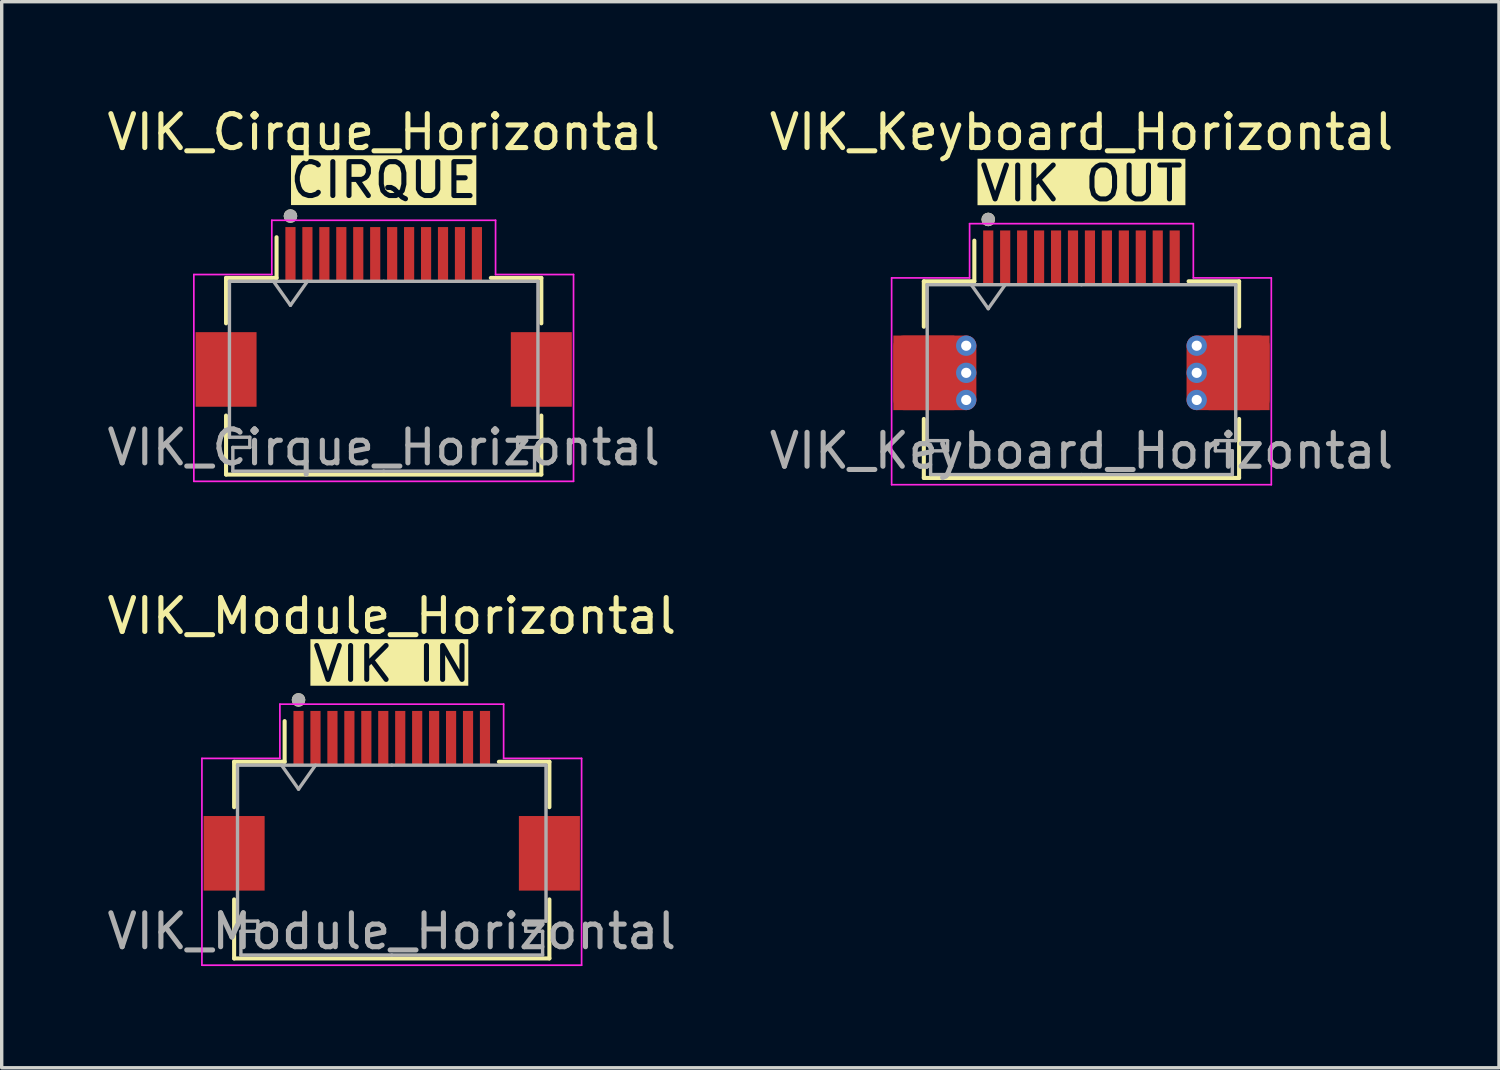
<source format=kicad_pcb>
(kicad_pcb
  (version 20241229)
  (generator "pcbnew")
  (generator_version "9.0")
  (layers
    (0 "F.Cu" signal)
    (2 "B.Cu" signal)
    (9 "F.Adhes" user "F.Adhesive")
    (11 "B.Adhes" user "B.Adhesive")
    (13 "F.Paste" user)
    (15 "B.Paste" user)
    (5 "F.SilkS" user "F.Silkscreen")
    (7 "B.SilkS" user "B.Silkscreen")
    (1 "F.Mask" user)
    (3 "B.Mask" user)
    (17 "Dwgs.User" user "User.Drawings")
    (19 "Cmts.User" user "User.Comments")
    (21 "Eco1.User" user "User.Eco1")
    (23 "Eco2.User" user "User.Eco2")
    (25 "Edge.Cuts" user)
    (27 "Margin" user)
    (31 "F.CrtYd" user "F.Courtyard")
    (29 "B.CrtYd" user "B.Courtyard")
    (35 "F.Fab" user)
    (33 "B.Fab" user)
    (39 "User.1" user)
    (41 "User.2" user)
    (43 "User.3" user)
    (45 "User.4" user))
  (footprint "VIK_Module_Horizontal"
    (layer "F.Cu")
    (at 8.506 20.721)
    (property "Reference" "VIK_Module_Horizontal" (at 0 -5.6 0) (layer "F.SilkS") (effects (font (size 1 1) (thickness 0.15))))
    (attr smd)
    (fp_line (start -4.65 -1.3) (end -4.65 0.04) (stroke (width 0.12) (type solid)) (layer "F.SilkS"))
    (fp_line (start -4.65 2.76) (end -4.65 4.5) (stroke (width 0.12) (type solid)) (layer "F.SilkS"))
    (fp_line (start -4.65 4.5) (end 4.65 4.5) (stroke (width 0.12) (type solid)) (layer "F.SilkS"))
    (fp_line (start -3.16 -1.3) (end -4.65 -1.3) (stroke (width 0.12) (type solid)) (layer "F.SilkS"))
    (fp_line (start -3.16 -1.3) (end -3.16 -2.5) (stroke (width 0.12) (type solid)) (layer "F.SilkS"))
    (fp_line (start 3.16 -1.3) (end 4.65 -1.3) (stroke (width 0.12) (type solid)) (layer "F.SilkS"))
    (fp_line (start 4.65 -1.3) (end 4.65 0.04) (stroke (width 0.12) (type solid)) (layer "F.SilkS"))
    (fp_line (start 4.65 4.5) (end 4.65 2.76) (stroke (width 0.12) (type solid)) (layer "F.SilkS"))
    (fp_circle (center -2.75 -3.125) (end -2.65 -3.125) (stroke (width 0.2) (type solid)) (fill no) (layer "F.SilkS"))
    (fp_line (start -5.6 -1.4) (end -5.6 4.7) (stroke (width 0.05) (type solid)) (layer "F.CrtYd"))
    (fp_line (start -3.3 -1.4) (end -5.6 -1.4) (stroke (width 0.05) (type default)) (layer "F.CrtYd"))
    (fp_line (start -3.3 -1.4) (end -3.3 -3) (stroke (width 0.05) (type default)) (layer "F.CrtYd"))
    (fp_line (start 3.3 -3) (end -3.3 -3) (stroke (width 0.05) (type solid)) (layer "F.CrtYd"))
    (fp_line (start 3.3 -1.4) (end 3.3 -3) (stroke (width 0.05) (type default)) (layer "F.CrtYd"))
    (fp_line (start 5.6 -1.4) (end 3.3 -1.4) (stroke (width 0.05) (type default)) (layer "F.CrtYd"))
    (fp_line (start 5.6 4.7) (end -5.6 4.7) (stroke (width 0.05) (type default)) (layer "F.CrtYd"))
    (fp_line (start 5.6 4.7) (end 5.6 -1.4) (stroke (width 0.05) (type solid)) (layer "F.CrtYd"))
    (fp_line (start -4.55 -1.2) (end -4.55 3.4) (stroke (width 0.1) (type solid)) (layer "F.Fab"))
    (fp_line (start -4.55 3.4) (end -3.95 3.4) (stroke (width 0.1) (type solid)) (layer "F.Fab"))
    (fp_line (start -4.45 3.7) (end -4.45 4.4) (stroke (width 0.1) (type solid)) (layer "F.Fab"))
    (fp_line (start -4.45 4.4) (end 0 4.4) (stroke (width 0.1) (type solid)) (layer "F.Fab"))
    (fp_line (start -3.95 3.4) (end -3.95 3.7) (stroke (width 0.1) (type solid)) (layer "F.Fab"))
    (fp_line (start -3.95 3.7) (end -4.45 3.7) (stroke (width 0.1) (type solid)) (layer "F.Fab"))
    (fp_line (start -3.25 -1.2) (end -2.75 -0.493) (stroke (width 0.1) (type solid)) (layer "F.Fab"))
    (fp_line (start -2.75 -0.493) (end -2.25 -1.2) (stroke (width 0.1) (type solid)) (layer "F.Fab"))
    (fp_line (start 0 -1.2) (end -4.55 -1.2) (stroke (width 0.1) (type solid)) (layer "F.Fab"))
    (fp_line (start 0 -1.2) (end 4.55 -1.2) (stroke (width 0.1) (type solid)) (layer "F.Fab"))
    (fp_line (start 3.95 3.4) (end 3.95 3.7) (stroke (width 0.1) (type solid)) (layer "F.Fab"))
    (fp_line (start 3.95 3.7) (end 4.45 3.7) (stroke (width 0.1) (type solid)) (layer "F.Fab"))
    (fp_line (start 4.45 3.7) (end 4.45 4.4) (stroke (width 0.1) (type solid)) (layer "F.Fab"))
    (fp_line (start 4.45 4.4) (end 0 4.4) (stroke (width 0.1) (type solid)) (layer "F.Fab"))
    (fp_line (start 4.55 -1.2) (end 4.55 3.4) (stroke (width 0.1) (type solid)) (layer "F.Fab"))
    (fp_line (start 4.55 3.4) (end 3.95 3.4) (stroke (width 0.1) (type solid)) (layer "F.Fab"))
    (fp_circle (center -2.75 -3.125) (end -2.65 -3.125) (stroke (width 0.2) (type solid)) (fill no) (layer "F.Fab"))
    (fp_text user "VIK IN" (at 0 -3.6 0) (unlocked yes) (layer "F.SilkS" knockout) (effects (font (size 1 1) (thickness 0.15)) (justify bottom)))
    (fp_text user "${REFERENCE}" (at 0 3.7 0) (layer "F.Fab") (effects (font (size 1 1) (thickness 0.15))))
    (pad "1" smd rect (at -2.75 -2) (size 0.3 1.6) (layers "F.Cu" "F.Mask" "F.Paste"))
    (pad "2" smd rect (at -2.25 -2) (size 0.3 1.6) (layers "F.Cu" "F.Mask" "F.Paste"))
    (pad "3" smd rect (at -1.75 -2) (size 0.3 1.6) (layers "F.Cu" "F.Mask" "F.Paste"))
    (pad "4" smd rect (at -1.25 -2) (size 0.3 1.6) (layers "F.Cu" "F.Mask" "F.Paste"))
    (pad "5" smd rect (at -0.75 -2) (size 0.3 1.6) (layers "F.Cu" "F.Mask" "F.Paste"))
    (pad "6" smd rect (at -0.25 -2) (size 0.3 1.6) (layers "F.Cu" "F.Mask" "F.Paste"))
    (pad "7" smd rect (at 0.25 -2) (size 0.3 1.6) (layers "F.Cu" "F.Mask" "F.Paste"))
    (pad "8" smd rect (at 0.75 -2) (size 0.3 1.6) (layers "F.Cu" "F.Mask" "F.Paste"))
    (pad "9" smd rect (at 1.25 -2) (size 0.3 1.6) (layers "F.Cu" "F.Mask" "F.Paste"))
    (pad "10" smd rect (at 1.75 -2) (size 0.3 1.6) (layers "F.Cu" "F.Mask" "F.Paste"))
    (pad "11" smd rect (at 2.25 -2) (size 0.3 1.6) (layers "F.Cu" "F.Mask" "F.Paste"))
    (pad "12" smd rect (at 2.75 -2) (size 0.3 1.6) (layers "F.Cu" "F.Mask" "F.Paste"))
    (pad "MP" smd rect (at -4.65 1.4) (size 1.8 2.2) (layers "F.Cu" "F.Mask" "F.Paste"))
    (pad "MP" smd rect (at 4.65 1.4) (size 1.8 2.2) (layers "F.Cu" "F.Mask" "F.Paste")))
  (footprint "VIK_Keyboard_Horizontal"
    (layer "F.Cu")
    (at 28.851 6.548)
    (property "Reference" "VIK_Keyboard_Horizontal" (at 0 -5.7 0) (layer "F.SilkS") (effects (font (size 1 1) (thickness 0.15))))
    (attr smd)
    (fp_line (start -4.65 -1.3) (end -4.65 0.04) (stroke (width 0.12) (type solid)) (layer "F.SilkS"))
    (fp_line (start -4.65 2.76) (end -4.65 4.5) (stroke (width 0.12) (type solid)) (layer "F.SilkS"))
    (fp_line (start -4.65 4.5) (end 4.65 4.5) (stroke (width 0.12) (type solid)) (layer "F.SilkS"))
    (fp_line (start -3.16 -1.3) (end -4.65 -1.3) (stroke (width 0.12) (type solid)) (layer "F.SilkS"))
    (fp_line (start -3.16 -1.3) (end -3.16 -2.5) (stroke (width 0.12) (type solid)) (layer "F.SilkS"))
    (fp_line (start 3.16 -1.3) (end 4.65 -1.3) (stroke (width 0.12) (type solid)) (layer "F.SilkS"))
    (fp_line (start 4.65 -1.3) (end 4.65 0.04) (stroke (width 0.12) (type solid)) (layer "F.SilkS"))
    (fp_line (start 4.65 4.5) (end 4.65 2.76) (stroke (width 0.12) (type solid)) (layer "F.SilkS"))
    (fp_circle (center -2.75 -3.125) (end -2.65 -3.125) (stroke (width 0.2) (type solid)) (fill no) (layer "F.SilkS"))
    (fp_line (start -5.6 -1.4) (end -5.6 4.7) (stroke (width 0.05) (type solid)) (layer "F.CrtYd"))
    (fp_line (start -3.3 -1.4) (end -5.6 -1.4) (stroke (width 0.05) (type default)) (layer "F.CrtYd"))
    (fp_line (start -3.3 -1.4) (end -3.3 -3) (stroke (width 0.05) (type default)) (layer "F.CrtYd"))
    (fp_line (start 3.3 -3) (end -3.3 -3) (stroke (width 0.05) (type solid)) (layer "F.CrtYd"))
    (fp_line (start 3.3 -1.4) (end 3.3 -3) (stroke (width 0.05) (type default)) (layer "F.CrtYd"))
    (fp_line (start 5.6 -1.4) (end 3.3 -1.4) (stroke (width 0.05) (type default)) (layer "F.CrtYd"))
    (fp_line (start 5.6 4.7) (end -5.6 4.7) (stroke (width 0.05) (type default)) (layer "F.CrtYd"))
    (fp_line (start 5.6 4.7) (end 5.6 -1.4) (stroke (width 0.05) (type solid)) (layer "F.CrtYd"))
    (fp_line (start -4.55 -1.2) (end -4.55 3.4) (stroke (width 0.1) (type solid)) (layer "F.Fab"))
    (fp_line (start -4.55 3.4) (end -3.95 3.4) (stroke (width 0.1) (type solid)) (layer "F.Fab"))
    (fp_line (start -4.45 3.7) (end -4.45 4.4) (stroke (width 0.1) (type solid)) (layer "F.Fab"))
    (fp_line (start -4.45 4.4) (end 0 4.4) (stroke (width 0.1) (type solid)) (layer "F.Fab"))
    (fp_line (start -3.95 3.4) (end -3.95 3.7) (stroke (width 0.1) (type solid)) (layer "F.Fab"))
    (fp_line (start -3.95 3.7) (end -4.45 3.7) (stroke (width 0.1) (type solid)) (layer "F.Fab"))
    (fp_line (start -3.25 -1.2) (end -2.75 -0.493) (stroke (width 0.1) (type solid)) (layer "F.Fab"))
    (fp_line (start -2.75 -0.493) (end -2.25 -1.2) (stroke (width 0.1) (type solid)) (layer "F.Fab"))
    (fp_line (start 0 -1.2) (end -4.55 -1.2) (stroke (width 0.1) (type solid)) (layer "F.Fab"))
    (fp_line (start 0 -1.2) (end 4.55 -1.2) (stroke (width 0.1) (type solid)) (layer "F.Fab"))
    (fp_line (start 3.95 3.4) (end 3.95 3.7) (stroke (width 0.1) (type solid)) (layer "F.Fab"))
    (fp_line (start 3.95 3.7) (end 4.45 3.7) (stroke (width 0.1) (type solid)) (layer "F.Fab"))
    (fp_line (start 4.45 3.7) (end 4.45 4.4) (stroke (width 0.1) (type solid)) (layer "F.Fab"))
    (fp_line (start 4.45 4.4) (end 0 4.4) (stroke (width 0.1) (type solid)) (layer "F.Fab"))
    (fp_line (start 4.55 -1.2) (end 4.55 3.4) (stroke (width 0.1) (type solid)) (layer "F.Fab"))
    (fp_line (start 4.55 3.4) (end 3.95 3.4) (stroke (width 0.1) (type solid)) (layer "F.Fab"))
    (fp_circle (center -2.75 -3.125) (end -2.65 -3.125) (stroke (width 0.2) (type solid)) (fill no) (layer "F.Fab"))
    (fp_text user "VIK OUT" (at 0 -3.6 0) (unlocked yes) (layer "F.SilkS" knockout) (effects (font (size 1 1) (thickness 0.15)) (justify bottom)))
    (fp_text user "${REFERENCE}" (at 0 3.7 0) (layer "F.Fab") (effects (font (size 1 1) (thickness 0.15))))
    (pad "1" smd rect (at -2.75 -2) (size 0.3 1.6) (layers "F.Cu" "F.Mask" "F.Paste"))
    (pad "2" smd rect (at -2.25 -2) (size 0.3 1.6) (layers "F.Cu" "F.Mask" "F.Paste"))
    (pad "3" smd rect (at -1.75 -2) (size 0.3 1.6) (layers "F.Cu" "F.Mask" "F.Paste"))
    (pad "4" smd rect (at -1.25 -2) (size 0.3 1.6) (layers "F.Cu" "F.Mask" "F.Paste"))
    (pad "5" smd rect (at -0.75 -2) (size 0.3 1.6) (layers "F.Cu" "F.Mask" "F.Paste"))
    (pad "6" smd rect (at -0.25 -2) (size 0.3 1.6) (layers "F.Cu" "F.Mask" "F.Paste"))
    (pad "7" smd rect (at 0.25 -2) (size 0.3 1.6) (layers "F.Cu" "F.Mask" "F.Paste"))
    (pad "8" smd rect (at 0.75 -2) (size 0.3 1.6) (layers "F.Cu" "F.Mask" "F.Paste"))
    (pad "9" smd rect (at 1.25 -2) (size 0.3 1.6) (layers "F.Cu" "F.Mask" "F.Paste"))
    (pad "10" smd rect (at 1.75 -2) (size 0.3 1.6) (layers "F.Cu" "F.Mask" "F.Paste"))
    (pad "11" smd rect (at 2.25 -2) (size 0.3 1.6) (layers "F.Cu" "F.Mask" "F.Paste"))
    (pad "12" smd rect (at 2.75 -2) (size 0.3 1.6) (layers "F.Cu" "F.Mask" "F.Paste"))
    (pad "MP" smd rect (at -4.65 1.4) (size 1.8 2.2) (layers "F.Cu" "F.Mask" "F.Paste"))
    (pad "MP" smd roundrect (at -4.325 1.4) (size 2.45 2.2) (layers "F.Cu") (roundrect_rratio 0.136))
    (pad "MP" thru_hole circle (at -3.4 0.6) (size 0.6 0.6) (drill 0.3) (layers "*.Cu"))
    (pad "MP" thru_hole circle (at -3.4 1.4) (size 0.6 0.6) (drill 0.3) (layers "*.Cu"))
    (pad "MP" thru_hole circle (at -3.4 2.2) (size 0.6 0.6) (drill 0.3) (layers "*.Cu"))
    (pad "MP" thru_hole circle (at 3.4 0.6 180) (size 0.6 0.6) (drill 0.3) (layers "*.Cu"))
    (pad "MP" thru_hole circle (at 3.4 1.4 180) (size 0.6 0.6) (drill 0.3) (layers "*.Cu"))
    (pad "MP" thru_hole circle (at 3.4 2.2 180) (size 0.6 0.6) (drill 0.3) (layers "*.Cu"))
    (pad "MP" smd roundrect (at 4.325 1.4 180) (size 2.45 2.2) (layers "F.Cu") (roundrect_rratio 0.136))
    (pad "MP" smd rect (at 4.65 1.4) (size 1.8 2.2) (layers "F.Cu" "F.Mask" "F.Paste")))
  (footprint "VIK_Cirque_Horizontal"
    (layer "F.Cu")
    (at 8.268 6.448)
    (property "Reference" "VIK_Cirque_Horizontal" (at 0 -5.6 0) (layer "F.SilkS") (effects (font (size 1 1) (thickness 0.15))))
    (attr smd)
    (fp_line (start -4.65 -1.3) (end -4.65 0.04) (stroke (width 0.12) (type solid)) (layer "F.SilkS"))
    (fp_line (start -4.65 2.76) (end -4.65 4.5) (stroke (width 0.12) (type solid)) (layer "F.SilkS"))
    (fp_line (start -4.65 4.5) (end 4.65 4.5) (stroke (width 0.12) (type solid)) (layer "F.SilkS"))
    (fp_line (start -3.16 -1.3) (end -4.65 -1.3) (stroke (width 0.12) (type solid)) (layer "F.SilkS"))
    (fp_line (start -3.16 -1.3) (end -3.16 -2.5) (stroke (width 0.12) (type solid)) (layer "F.SilkS"))
    (fp_line (start 3.16 -1.3) (end 4.65 -1.3) (stroke (width 0.12) (type solid)) (layer "F.SilkS"))
    (fp_line (start 4.65 -1.3) (end 4.65 0.04) (stroke (width 0.12) (type solid)) (layer "F.SilkS"))
    (fp_line (start 4.65 4.5) (end 4.65 2.76) (stroke (width 0.12) (type solid)) (layer "F.SilkS"))
    (fp_circle (center -2.75 -3.125) (end -2.65 -3.125) (stroke (width 0.2) (type solid)) (fill no) (layer "F.SilkS"))
    (fp_line (start -5.6 -1.4) (end -5.6 4.7) (stroke (width 0.05) (type solid)) (layer "F.CrtYd"))
    (fp_line (start -3.3 -1.4) (end -5.6 -1.4) (stroke (width 0.05) (type default)) (layer "F.CrtYd"))
    (fp_line (start -3.3 -1.4) (end -3.3 -3) (stroke (width 0.05) (type default)) (layer "F.CrtYd"))
    (fp_line (start 3.3 -3) (end -3.3 -3) (stroke (width 0.05) (type solid)) (layer "F.CrtYd"))
    (fp_line (start 3.3 -1.4) (end 3.3 -3) (stroke (width 0.05) (type default)) (layer "F.CrtYd"))
    (fp_line (start 5.6 -1.4) (end 3.3 -1.4) (stroke (width 0.05) (type default)) (layer "F.CrtYd"))
    (fp_line (start 5.6 4.7) (end -5.6 4.7) (stroke (width 0.05) (type default)) (layer "F.CrtYd"))
    (fp_line (start 5.6 4.7) (end 5.6 -1.4) (stroke (width 0.05) (type solid)) (layer "F.CrtYd"))
    (fp_line (start -4.55 -1.2) (end -4.55 3.4) (stroke (width 0.1) (type solid)) (layer "F.Fab"))
    (fp_line (start -4.55 3.4) (end -3.95 3.4) (stroke (width 0.1) (type solid)) (layer "F.Fab"))
    (fp_line (start -4.45 3.7) (end -4.45 4.4) (stroke (width 0.1) (type solid)) (layer "F.Fab"))
    (fp_line (start -4.45 4.4) (end 0 4.4) (stroke (width 0.1) (type solid)) (layer "F.Fab"))
    (fp_line (start -3.95 3.4) (end -3.95 3.7) (stroke (width 0.1) (type solid)) (layer "F.Fab"))
    (fp_line (start -3.95 3.7) (end -4.45 3.7) (stroke (width 0.1) (type solid)) (layer "F.Fab"))
    (fp_line (start -3.25 -1.2) (end -2.75 -0.493) (stroke (width 0.1) (type solid)) (layer "F.Fab"))
    (fp_line (start -2.75 -0.493) (end -2.25 -1.2) (stroke (width 0.1) (type solid)) (layer "F.Fab"))
    (fp_line (start 0 -1.2) (end -4.55 -1.2) (stroke (width 0.1) (type solid)) (layer "F.Fab"))
    (fp_line (start 0 -1.2) (end 4.55 -1.2) (stroke (width 0.1) (type solid)) (layer "F.Fab"))
    (fp_line (start 3.95 3.4) (end 3.95 3.7) (stroke (width 0.1) (type solid)) (layer "F.Fab"))
    (fp_line (start 3.95 3.7) (end 4.45 3.7) (stroke (width 0.1) (type solid)) (layer "F.Fab"))
    (fp_line (start 4.45 3.7) (end 4.45 4.4) (stroke (width 0.1) (type solid)) (layer "F.Fab"))
    (fp_line (start 4.45 4.4) (end 0 4.4) (stroke (width 0.1) (type solid)) (layer "F.Fab"))
    (fp_line (start 4.55 -1.2) (end 4.55 3.4) (stroke (width 0.1) (type solid)) (layer "F.Fab"))
    (fp_line (start 4.55 3.4) (end 3.95 3.4) (stroke (width 0.1) (type solid)) (layer "F.Fab"))
    (fp_circle (center -2.75 -3.125) (end -2.65 -3.125) (stroke (width 0.2) (type solid)) (fill no) (layer "F.Fab"))
    (fp_text user "CIRQUE" (at 0 -3.6 0) (unlocked yes) (layer "F.SilkS" knockout) (effects (font (size 1 1) (thickness 0.15)) (justify bottom)))
    (fp_text user "${REFERENCE}" (at 0 3.7 0) (layer "F.Fab") (effects (font (size 1 1) (thickness 0.15))))
    (pad "1" smd rect (at -2.75 -2) (size 0.3 1.6) (layers "F.Cu" "F.Mask" "F.Paste"))
    (pad "2" smd rect (at -2.25 -2) (size 0.3 1.6) (layers "F.Cu" "F.Mask" "F.Paste"))
    (pad "3" smd rect (at -1.75 -2) (size 0.3 1.6) (layers "F.Cu" "F.Mask" "F.Paste"))
    (pad "4" smd rect (at -1.25 -2) (size 0.3 1.6) (layers "F.Cu" "F.Mask" "F.Paste"))
    (pad "5" smd rect (at -0.75 -2) (size 0.3 1.6) (layers "F.Cu" "F.Mask" "F.Paste"))
    (pad "6" smd rect (at -0.25 -2) (size 0.3 1.6) (layers "F.Cu" "F.Mask" "F.Paste"))
    (pad "7" smd rect (at 0.25 -2) (size 0.3 1.6) (layers "F.Cu" "F.Mask" "F.Paste"))
    (pad "8" smd rect (at 0.75 -2) (size 0.3 1.6) (layers "F.Cu" "F.Mask" "F.Paste"))
    (pad "9" smd rect (at 1.25 -2) (size 0.3 1.6) (layers "F.Cu" "F.Mask" "F.Paste"))
    (pad "10" smd rect (at 1.75 -2) (size 0.3 1.6) (layers "F.Cu" "F.Mask" "F.Paste"))
    (pad "11" smd rect (at 2.25 -2) (size 0.3 1.6) (layers "F.Cu" "F.Mask" "F.Paste"))
    (pad "12" smd rect (at 2.75 -2) (size 0.3 1.6) (layers "F.Cu" "F.Mask" "F.Paste"))
    (pad "MP" smd rect (at -4.65 1.4) (size 1.8 2.2) (layers "F.Cu" "F.Mask" "F.Paste"))
    (pad "MP" smd rect (at 4.65 1.4) (size 1.8 2.2) (layers "F.Cu" "F.Mask" "F.Paste")))
  (gr_rect
    (start -3 -3)
    (end 41.167 28.447)
    (stroke (width 0.1) (type default))
    (fill no)
    (layer "Edge.Cuts")))
</source>
